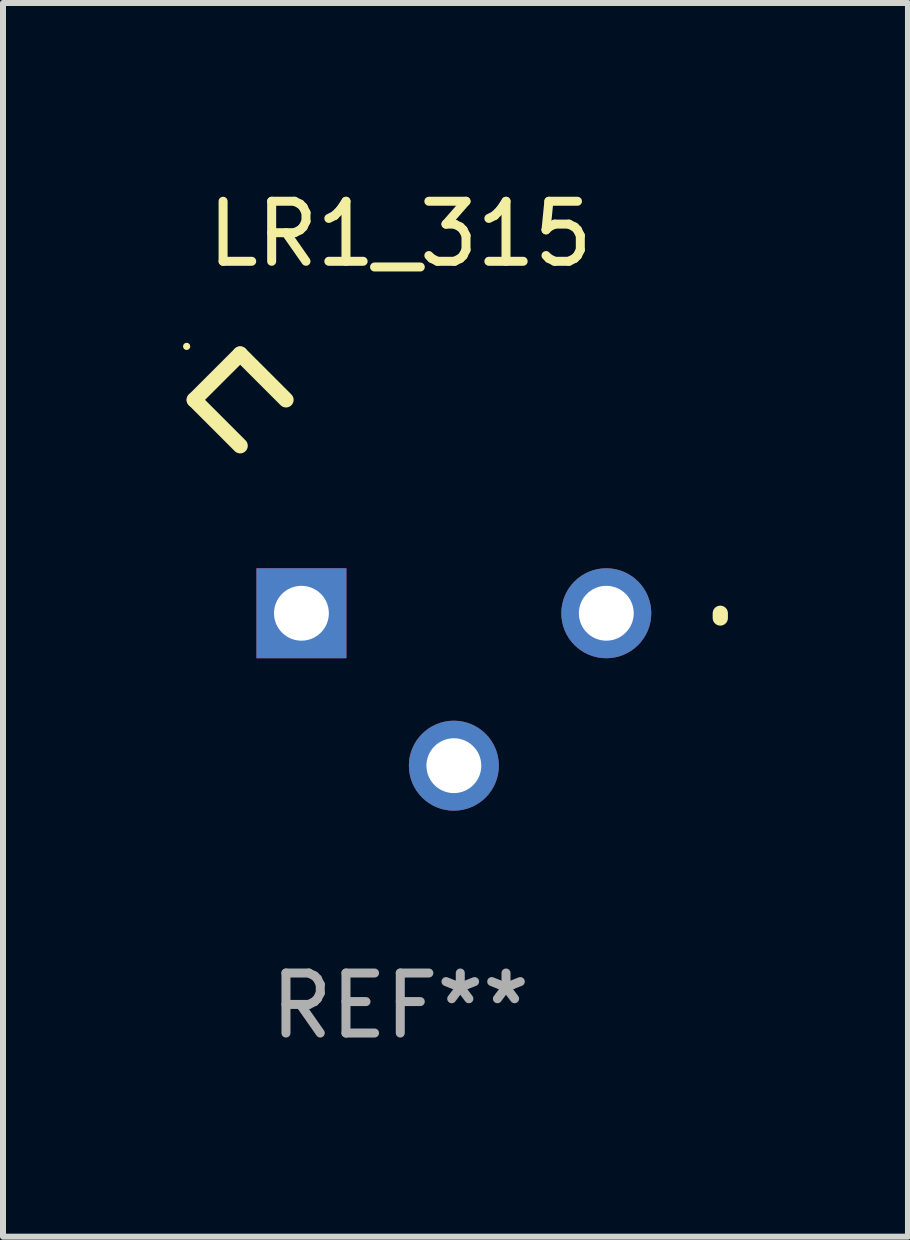
<source format=kicad_pcb>
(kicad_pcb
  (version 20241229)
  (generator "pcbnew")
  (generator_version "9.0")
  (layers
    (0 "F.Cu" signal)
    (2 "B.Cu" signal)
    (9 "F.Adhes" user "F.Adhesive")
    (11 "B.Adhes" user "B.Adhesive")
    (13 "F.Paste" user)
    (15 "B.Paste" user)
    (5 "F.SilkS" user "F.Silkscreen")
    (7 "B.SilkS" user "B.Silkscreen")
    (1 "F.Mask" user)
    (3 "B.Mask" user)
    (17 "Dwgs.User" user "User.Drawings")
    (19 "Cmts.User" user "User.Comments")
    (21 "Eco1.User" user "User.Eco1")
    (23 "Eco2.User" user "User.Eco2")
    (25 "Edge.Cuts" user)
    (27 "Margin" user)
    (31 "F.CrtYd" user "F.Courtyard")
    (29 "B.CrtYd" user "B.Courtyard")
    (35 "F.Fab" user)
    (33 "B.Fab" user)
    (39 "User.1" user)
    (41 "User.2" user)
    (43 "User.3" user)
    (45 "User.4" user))
  (footprint "LR1_315"
    (layer "F.Cu")
    (at 3.62 6.279)
    (property "Reference" "LR1_315" (at 0 -5.43 0) (layer "F.SilkS") (effects (font (size 1 1) (thickness 0.15))))
    (attr through_hole)
    (fp_line (start -3.433 -2.666) (end -2.668 -3.43) (stroke (width 0.254) (type solid)) (layer "F.SilkS"))
    (fp_line (start -3.433 -2.666) (end -2.668 -1.901) (stroke (width 0.254) (type solid)) (layer "F.SilkS"))
    (fp_line (start -2.668 -3.43) (end -1.904 -2.666) (stroke (width 0.254) (type solid)) (layer "F.SilkS"))
    (fp_arc (start 5.332741 0.969012) (mid 5.332568 0.929642) (end 5.332741 0.890272) (stroke (width 0.254001) (type solid)) (layer "F.SilkS"))
    (fp_circle (center -3.56 -3.557) (end -3.53 -3.557) (stroke (width 0.06) (type solid)) (fill no) (layer "F.SilkS"))
    (fp_text user "REF**" (at 0 7.43 0) (layer "F.Fab") (effects (font (size 1 1) (thickness 0.15))))
    (pad "1" thru_hole rect (at -1.647 0.89) (size 1.499 1.499) (drill 0.914) (layers "*.Cu" "*.Mask"))
    (pad "2" thru_hole circle (at 0.893 3.43) (size 1.499 1.499) (drill 0.914) (layers "*.Cu" "*.Mask"))
    (pad "3" thru_hole circle (at 3.433 0.89) (size 1.499 1.499) (drill 0.914) (layers "*.Cu" "*.Mask")))
  (gr_rect
    (start -3 -3)
    (end 12.08 17.557)
    (stroke (width 0.1) (type default))
    (fill no)
    (layer "Edge.Cuts")))
</source>
